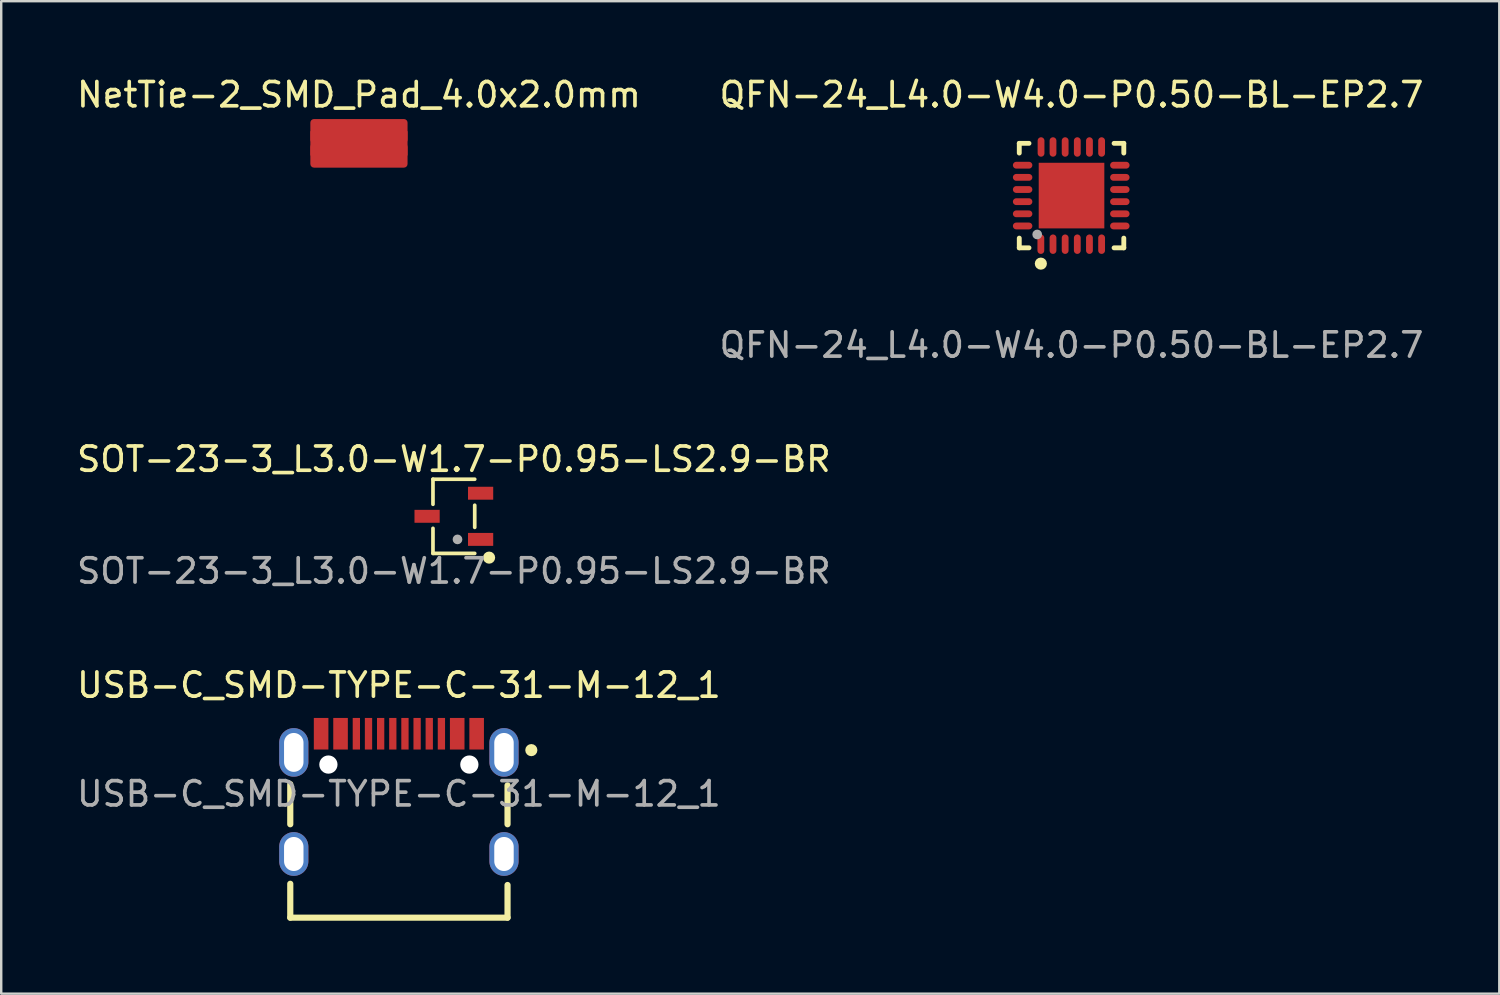
<source format=kicad_pcb>
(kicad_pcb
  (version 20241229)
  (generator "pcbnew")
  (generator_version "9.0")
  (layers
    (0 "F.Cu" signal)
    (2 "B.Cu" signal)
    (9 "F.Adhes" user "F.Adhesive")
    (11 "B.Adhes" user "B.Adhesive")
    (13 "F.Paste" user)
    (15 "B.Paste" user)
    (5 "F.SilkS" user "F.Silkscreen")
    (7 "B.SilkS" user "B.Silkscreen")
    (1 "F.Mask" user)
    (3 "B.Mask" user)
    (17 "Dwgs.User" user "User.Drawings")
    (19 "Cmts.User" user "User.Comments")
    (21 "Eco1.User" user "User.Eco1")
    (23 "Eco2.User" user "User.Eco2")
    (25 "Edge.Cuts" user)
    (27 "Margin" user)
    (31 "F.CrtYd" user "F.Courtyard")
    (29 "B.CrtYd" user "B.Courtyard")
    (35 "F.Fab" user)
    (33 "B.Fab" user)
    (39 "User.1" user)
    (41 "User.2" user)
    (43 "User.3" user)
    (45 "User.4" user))
  (footprint "QFN-24_L4.0-W4.0-P0.50-BL-EP2.7"
    (layer "F.Cu")
    (at 41.029 4.998)
    (property "Reference" "QFN-24_L4.0-W4.0-P0.50-BL-EP2.7" (at 0.012 -4.15 0) (layer "F.SilkS") (effects (font (size 1 1) (thickness 0.15))))
    (attr smd)
    (fp_line (start -2.138 -2.15) (end -1.738 -2.15) (stroke (width 0.2) (type solid)) (layer "F.SilkS"))
    (fp_line (start -2.138 -1.75) (end -2.138 -2.15) (stroke (width 0.2) (type solid)) (layer "F.SilkS"))
    (fp_line (start -2.138 2.15) (end -2.138 1.75) (stroke (width 0.2) (type solid)) (layer "F.SilkS"))
    (fp_line (start -1.738 2.15) (end -2.138 2.15) (stroke (width 0.2) (type solid)) (layer "F.SilkS"))
    (fp_line (start 2.163 -2.15) (end 1.763 -2.15) (stroke (width 0.2) (type solid)) (layer "F.SilkS"))
    (fp_line (start 2.163 -1.75) (end 2.163 -2.15) (stroke (width 0.2) (type solid)) (layer "F.SilkS"))
    (fp_line (start 2.163 1.75) (end 2.163 2.15) (stroke (width 0.2) (type solid)) (layer "F.SilkS"))
    (fp_line (start 2.163 2.15) (end 1.763 2.15) (stroke (width 0.2) (type solid)) (layer "F.SilkS"))
    (fp_circle (center -1.25 2.8) (end -1.125 2.8) (stroke (width 0.25) (type solid)) (fill no) (layer "F.SilkS"))
    (fp_circle (center -1.4 1.6) (end -1.3 1.6) (stroke (width 0.2) (type solid)) (fill no) (layer "F.Fab"))
    (fp_text user "${REFERENCE}" (at 0.012 6.15 0) (layer "F.Fab") (effects (font (size 1 1) (thickness 0.15))))
    (pad "1" smd oval (at -1.25 2) (size 0.28 0.8) (layers "F.Cu" "F.Mask" "F.Paste"))
    (pad "2" smd oval (at -0.75 2) (size 0.28 0.8) (layers "F.Cu" "F.Mask" "F.Paste"))
    (pad "3" smd oval (at -0.25 2) (size 0.28 0.8) (layers "F.Cu" "F.Mask" "F.Paste"))
    (pad "4" smd oval (at 0.25 2) (size 0.28 0.8) (layers "F.Cu" "F.Mask" "F.Paste"))
    (pad "5" smd oval (at 0.75 2) (size 0.28 0.8) (layers "F.Cu" "F.Mask" "F.Paste"))
    (pad "6" smd oval (at 1.25 2) (size 0.28 0.8) (layers "F.Cu" "F.Mask" "F.Paste"))
    (pad "7" smd oval (at 2 1.25) (size 0.8 0.28) (layers "F.Cu" "F.Mask" "F.Paste"))
    (pad "8" smd oval (at 2 0.75) (size 0.8 0.28) (layers "F.Cu" "F.Mask" "F.Paste"))
    (pad "9" smd oval (at 2 0.25) (size 0.8 0.28) (layers "F.Cu" "F.Mask" "F.Paste"))
    (pad "10" smd oval (at 2 -0.25) (size 0.8 0.28) (layers "F.Cu" "F.Mask" "F.Paste"))
    (pad "11" smd oval (at 2 -0.75) (size 0.8 0.28) (layers "F.Cu" "F.Mask" "F.Paste"))
    (pad "12" smd oval (at 2 -1.25) (size 0.8 0.28) (layers "F.Cu" "F.Mask" "F.Paste"))
    (pad "13" smd oval (at 1.25 -2) (size 0.28 0.8) (layers "F.Cu" "F.Mask" "F.Paste"))
    (pad "14" smd oval (at 0.75 -2) (size 0.28 0.8) (layers "F.Cu" "F.Mask" "F.Paste"))
    (pad "15" smd oval (at 0.25 -2) (size 0.28 0.8) (layers "F.Cu" "F.Mask" "F.Paste"))
    (pad "16" smd oval (at -0.25 -2) (size 0.28 0.8) (layers "F.Cu" "F.Mask" "F.Paste"))
    (pad "17" smd oval (at -0.75 -2) (size 0.28 0.8) (layers "F.Cu" "F.Mask" "F.Paste"))
    (pad "18" smd oval (at -1.242 -2) (size 0.28 0.8) (layers "F.Cu" "F.Mask" "F.Paste"))
    (pad "19" smd oval (at -2 -1.25) (size 0.8 0.28) (layers "F.Cu" "F.Mask" "F.Paste"))
    (pad "20" smd oval (at -2 -0.75) (size 0.8 0.28) (layers "F.Cu" "F.Mask" "F.Paste"))
    (pad "21" smd oval (at -2 -0.25) (size 0.8 0.28) (layers "F.Cu" "F.Mask" "F.Paste"))
    (pad "22" smd oval (at -2 0.25) (size 0.8 0.28) (layers "F.Cu" "F.Mask" "F.Paste"))
    (pad "23" smd oval (at -2 0.75) (size 0.8 0.28) (layers "F.Cu" "F.Mask" "F.Paste"))
    (pad "24" smd oval (at -2 1.25) (size 0.8 0.28) (layers "F.Cu" "F.Mask" "F.Paste"))
    (pad "25" smd rect (at 0.012 0) (size 2.7 2.7) (layers "F.Cu" "F.Mask" "F.Paste")))
  (footprint "NetTie-2_SMD_Pad_4.0x2.0mm"
    (layer "F.Cu")
    (at 11.72 2.848)
    (property "Reference" "NetTie-2_SMD_Pad_4.0x2.0mm" (at 0 -2 0) (layer "F.SilkS") (effects (font (size 1 1) (thickness 0.15))))
    (attr exclude_from_pos_files exclude_from_bom allow_missing_courtyard)
    (fp_poly (pts (xy 2 0.5) (xy 2 -0.5) (xy -2 -0.5) (xy -2 0.5)) (stroke (width 0) (type solid)) (fill yes) (layer "F.Cu"))
    (pad "1" smd roundrect (at 0 -0.5 180) (size 4 1) (layers "*.Mask" "F.Cu") (roundrect_rratio 0.15))
    (pad "2" smd roundrect (at 0 0.5 180) (size 4 1) (layers "*.Mask" "F.Cu") (roundrect_rratio 0.15)))
  (footprint "SOT-23-3_L3.0-W1.7-P0.95-LS2.9-BR"
    (layer "F.Cu")
    (at 15.625 18.195)
    (property "Reference" "SOT-23-3_L3.0-W1.7-P0.95-LS2.9-BR" (at 0 -2.35 0) (layer "F.SilkS") (effects (font (size 1 1) (thickness 0.15))))
    (attr smd)
    (fp_line (start -0.859 -1.526) (end -0.859 -0.495) (stroke (width 0.152) (type solid)) (layer "F.SilkS"))
    (fp_line (start -0.859 1.526) (end -0.859 0.495) (stroke (width 0.152) (type solid)) (layer "F.SilkS"))
    (fp_line (start 0.859 -1.526) (end -0.859 -1.526) (stroke (width 0.152) (type solid)) (layer "F.SilkS"))
    (fp_line (start 0.859 -0.455) (end 0.859 0.455) (stroke (width 0.152) (type solid)) (layer "F.SilkS"))
    (fp_line (start 0.859 1.526) (end -0.859 1.526) (stroke (width 0.152) (type solid)) (layer "F.SilkS"))
    (fp_circle (center 1.45 1.7) (end 1.575 1.7) (stroke (width 0.25) (type solid)) (fill no) (layer "F.SilkS"))
    (fp_circle (center 0.15 0.95) (end 0.25 0.95) (stroke (width 0.2) (type solid)) (fill no) (layer "F.Fab"))
    (fp_text user "${REFERENCE}" (at 0 2.25 0) (layer "F.Fab") (effects (font (size 1 1) (thickness 0.15))))
    (pad "1" smd rect (at 1.101 0.95) (size 1.037 0.532) (layers "F.Cu" "F.Mask" "F.Paste"))
    (pad "2" smd rect (at 1.101 -0.95) (size 1.037 0.532) (layers "F.Cu" "F.Mask" "F.Paste"))
    (pad "3" smd rect (at -1.101 0) (size 1.037 0.532) (layers "F.Cu" "F.Mask" "F.Paste")))
  (footprint "USB-C_SMD-TYPE-C-31-M-12_1"
    (layer "F.Cu")
    (at 13.363 29.616)
    (property "Reference" "USB-C_SMD-TYPE-C-31-M-12_1" (at 0.001 -4.474 0) (layer "F.SilkS") (effects (font (size 1 1) (thickness 0.15))))
    (attr through_hole)
    (fp_line (start -4.469 1.25) (end -4.469 -0.4) (stroke (width 0.254) (type solid)) (layer "F.SilkS"))
    (fp_line (start -4.469 5.094) (end -4.469 3.7) (stroke (width 0.254) (type solid)) (layer "F.SilkS"))
    (fp_line (start 4.471 1.25) (end 4.471 -0.35) (stroke (width 0.254) (type solid)) (layer "F.SilkS"))
    (fp_line (start 4.471 5.094) (end -4.469 5.094) (stroke (width 0.254) (type solid)) (layer "F.SilkS"))
    (fp_line (start 4.471 5.094) (end 4.471 3.75) (stroke (width 0.254) (type solid)) (layer "F.SilkS"))
    (fp_circle (center 5.45 -1.8) (end 5.575 -1.8) (stroke (width 0.25) (type solid)) (fill no) (layer "F.SilkS"))
    (fp_circle (center -2.9 -1.206) (end -2.775 -1.206) (stroke (width 0.25) (type solid)) (fill no) (layer "F.Fab"))
    (fp_circle (center 2.9 -1.206) (end 3.025 -1.206) (stroke (width 0.25) (type solid)) (fill no) (layer "F.Fab"))
    (fp_text user "${REFERENCE}" (at 0 0 0) (layer "F.Fab") (effects (font (size 1 1) (thickness 0.15))))
    (pad "" np_thru_hole circle (at -2.9 -1.206) (size 0.75 0.75) (drill 0.75) (layers "*.Cu" "*.Mask"))
    (pad "" np_thru_hole circle (at 2.9 -1.206) (size 0.75 0.75) (drill 0.75) (layers "*.Cu" "*.Mask"))
    (pad "1" thru_hole oval (at 4.325 -1.706) (size 1.2 2) (drill oval 0.8 1.6) (layers "*.Cu" "*.Mask"))
    (pad "2" thru_hole oval (at 4.325 2.474) (size 1.2 1.8) (drill oval 0.8 1.4) (layers "*.Cu" "*.Mask"))
    (pad "3" thru_hole oval (at -4.325 2.474) (size 1.2 1.8) (drill oval 0.8 1.4) (layers "*.Cu" "*.Mask"))
    (pad "4" thru_hole oval (at -4.325 -1.706) (size 1.2 2) (drill oval 0.8 1.6) (layers "*.Cu" "*.Mask"))
    (pad "A1B12" smd custom (at -3.2 -2.474) (size 0.1 0.1) (layers "F.Cu" "F.Mask" "F.Paste") (options (anchor circle)) (primitives (gr_poly (pts (xy 0.3 0.65) (xy 0.3 -0.65) (xy -0.000076 -0.65) (xy -0.000076 -0.65) (xy -0.3 -0.65) (xy -0.3 0.65) (xy -0.000051 0.65) (xy -0.000051 0.65) (xy 0.3 0.65)) (width 0) (fill yes))))
    (pad "A4B9" smd custom (at -2.4 -2.474) (size 0.1 0.1) (layers "F.Cu" "F.Mask" "F.Paste") (options (anchor circle)) (primitives (gr_poly (pts (xy 0.3 0.65) (xy 0.3 -0.65) (xy 0.000051 -0.65) (xy 0.000051 -0.65) (xy -0.3 -0.65) (xy -0.3 0.65) (xy 0.000127 0.65) (xy 0.000127 0.65) (xy 0.3 0.65)) (width 0) (fill yes))))
    (pad "A5" smd rect (at -1.25 -2.474) (size 0.3 1.3) (layers "F.Cu" "F.Mask" "F.Paste"))
    (pad "A6" smd rect (at -0.25 -2.474) (size 0.3 1.3) (layers "F.Cu" "F.Mask" "F.Paste"))
    (pad "A7" smd rect (at 0.25 -2.474) (size 0.3 1.3) (layers "F.Cu" "F.Mask" "F.Paste"))
    (pad "A8" smd rect (at 1.25 -2.474) (size 0.3 1.3) (layers "F.Cu" "F.Mask" "F.Paste"))
    (pad "B1A12" smd custom (at 3.2 -2.474) (size 0.1 0.1) (layers "F.Cu" "F.Mask" "F.Paste") (options (anchor circle)) (primitives (gr_poly (pts (xy -0.3 -0.65) (xy -0.3 0.65) (xy -0.000152 0.65) (xy -0.000127 0.65) (xy 0.3 0.65) (xy 0.3 -0.65) (xy -0.000127 -0.65) (xy -0.000152 -0.65) (xy -0.3 -0.65)) (width 0) (fill yes))))
    (pad "B4A9" smd custom (at 2.4 -2.474) (size 0.1 0.1) (layers "F.Cu" "F.Mask" "F.Paste") (options (anchor circle)) (primitives (gr_poly (pts (xy 0.3 0.65) (xy 0.3 -0.65) (xy -0.000127 -0.65) (xy -0.000152 -0.65) (xy -0.3 -0.65) (xy -0.3 0.65) (xy -0.000152 0.65) (xy -0.000127 0.65) (xy 0.3 0.65)) (width 0) (fill yes))))
    (pad "B5" smd rect (at 1.75 -2.474) (size 0.3 1.3) (layers "F.Cu" "F.Mask" "F.Paste"))
    (pad "B6" smd rect (at 0.75 -2.474) (size 0.3 1.3) (layers "F.Cu" "F.Mask" "F.Paste"))
    (pad "B7" smd rect (at -0.75 -2.474) (size 0.3 1.3) (layers "F.Cu" "F.Mask" "F.Paste"))
    (pad "B8" smd rect (at -1.75 -2.474) (size 0.3 1.3) (layers "F.Cu" "F.Mask" "F.Paste")))
  (gr_rect
    (start -3 -3)
    (end 58.643 37.837)
    (stroke (width 0.1) (type default))
    (fill no)
    (layer "Edge.Cuts")))
</source>
